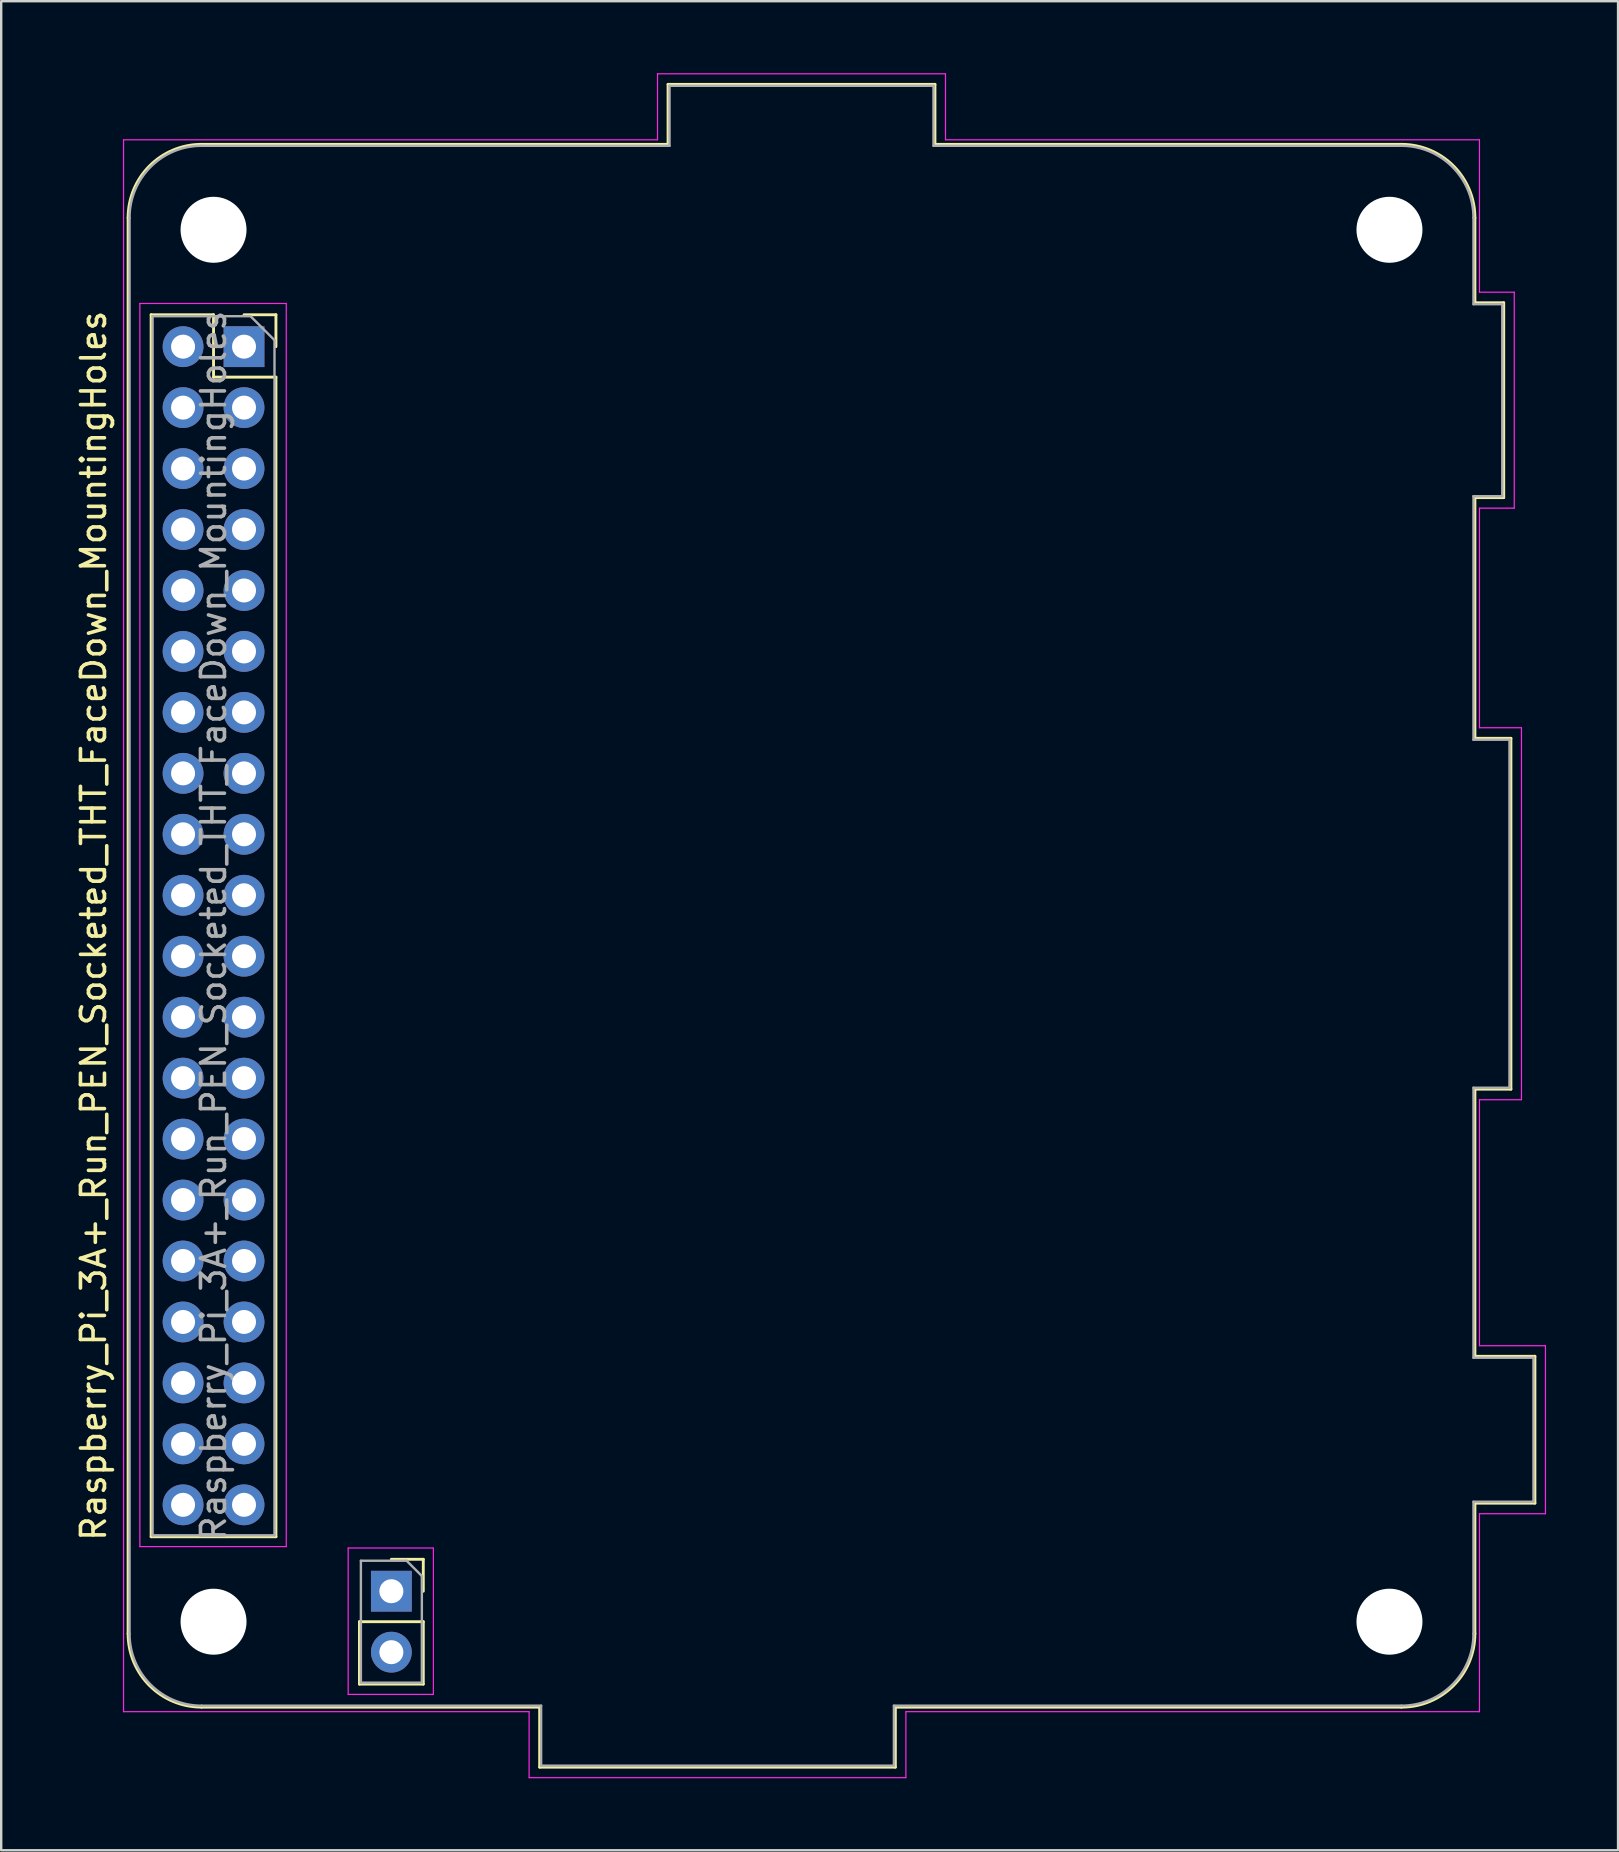
<source format=kicad_pcb>
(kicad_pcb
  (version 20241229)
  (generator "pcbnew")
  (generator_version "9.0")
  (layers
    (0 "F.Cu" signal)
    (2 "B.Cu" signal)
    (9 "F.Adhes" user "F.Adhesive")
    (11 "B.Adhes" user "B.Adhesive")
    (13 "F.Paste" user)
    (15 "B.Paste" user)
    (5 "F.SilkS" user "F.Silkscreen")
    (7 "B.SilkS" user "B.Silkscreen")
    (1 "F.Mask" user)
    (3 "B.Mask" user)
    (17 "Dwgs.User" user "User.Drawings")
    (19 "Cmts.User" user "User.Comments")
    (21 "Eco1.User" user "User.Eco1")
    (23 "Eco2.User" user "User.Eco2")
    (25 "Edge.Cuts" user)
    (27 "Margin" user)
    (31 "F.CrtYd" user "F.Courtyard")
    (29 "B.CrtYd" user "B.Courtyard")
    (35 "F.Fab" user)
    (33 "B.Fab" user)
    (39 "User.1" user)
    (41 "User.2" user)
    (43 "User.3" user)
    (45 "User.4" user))
  (footprint "Raspberry_Pi_3A+_Run_PEN_Socketed_THT_FaceDown_MountingHoles"
    (layer "F.Cu")
    (at 7.118 11.395)
    (property "Reference" "Raspberry_Pi_3A+_Run_PEN_Socketed_THT_FaceDown_MountingHoles" (at -6.27 24.13 90) (layer "F.SilkS") (effects (font (size 1 1) (thickness 0.15))))
    (attr through_hole)
    (fp_line (start -4.83 53.63) (end -4.83 -5.37) (stroke (width 0.12) (type solid)) (layer "F.SilkS"))
    (fp_line (start -3.87 -1.33) (end -3.87 49.59) (stroke (width 0.12) (type solid)) (layer "F.SilkS"))
    (fp_line (start -3.87 -1.33) (end -1.27 -1.33) (stroke (width 0.12) (type solid)) (layer "F.SilkS"))
    (fp_line (start -3.87 49.59) (end 1.33 49.59) (stroke (width 0.12) (type solid)) (layer "F.SilkS"))
    (fp_line (start -1.77 -8.43) (end 17.67 -8.43) (stroke (width 0.12) (type solid)) (layer "F.SilkS"))
    (fp_line (start -1.77 56.69) (end 12.32 56.69) (stroke (width 0.12) (type solid)) (layer "F.SilkS"))
    (fp_line (start -1.27 -1.33) (end -1.27 1.27) (stroke (width 0.12) (type solid)) (layer "F.SilkS"))
    (fp_line (start -1.27 1.27) (end 1.33 1.27) (stroke (width 0.12) (type solid)) (layer "F.SilkS"))
    (fp_line (start 0 -1.33) (end 1.33 -1.33) (stroke (width 0.12) (type solid)) (layer "F.SilkS"))
    (fp_line (start 1.33 -1.33) (end 1.33 0) (stroke (width 0.12) (type solid)) (layer "F.SilkS"))
    (fp_line (start 1.33 1.27) (end 1.33 49.59) (stroke (width 0.12) (type solid)) (layer "F.SilkS"))
    (fp_line (start 4.81 53.13) (end 4.81 55.73) (stroke (width 0.12) (type solid)) (layer "F.SilkS"))
    (fp_line (start 4.81 53.13) (end 7.47 53.13) (stroke (width 0.12) (type solid)) (layer "F.SilkS"))
    (fp_line (start 4.81 55.73) (end 7.47 55.73) (stroke (width 0.12) (type solid)) (layer "F.SilkS"))
    (fp_line (start 6.14 50.53) (end 7.47 50.53) (stroke (width 0.12) (type solid)) (layer "F.SilkS"))
    (fp_line (start 7.47 50.53) (end 7.47 51.86) (stroke (width 0.12) (type solid)) (layer "F.SilkS"))
    (fp_line (start 7.47 53.13) (end 7.47 55.73) (stroke (width 0.12) (type solid)) (layer "F.SilkS"))
    (fp_line (start 12.32 56.69) (end 12.32 59.19) (stroke (width 0.12) (type solid)) (layer "F.SilkS"))
    (fp_line (start 12.32 59.19) (end 27.14 59.19) (stroke (width 0.12) (type solid)) (layer "F.SilkS"))
    (fp_line (start 17.67 -10.93) (end 17.67 -8.43) (stroke (width 0.12) (type solid)) (layer "F.SilkS"))
    (fp_line (start 27.14 56.69) (end 48.23 56.69) (stroke (width 0.12) (type solid)) (layer "F.SilkS"))
    (fp_line (start 27.14 59.19) (end 27.14 56.69) (stroke (width 0.12) (type solid)) (layer "F.SilkS"))
    (fp_line (start 28.79 -10.93) (end 17.67 -10.93) (stroke (width 0.12) (type solid)) (layer "F.SilkS"))
    (fp_line (start 28.79 -8.43) (end 28.79 -10.93) (stroke (width 0.12) (type solid)) (layer "F.SilkS"))
    (fp_line (start 48.23 -8.43) (end 28.79 -8.43) (stroke (width 0.12) (type solid)) (layer "F.SilkS"))
    (fp_line (start 51.29 -5.37) (end 51.29 -1.83) (stroke (width 0.12) (type solid)) (layer "F.SilkS"))
    (fp_line (start 51.29 -1.83) (end 52.49 -1.83) (stroke (width 0.12) (type solid)) (layer "F.SilkS"))
    (fp_line (start 51.29 6.29) (end 51.29 16.32) (stroke (width 0.12) (type solid)) (layer "F.SilkS"))
    (fp_line (start 51.29 16.32) (end 52.79 16.32) (stroke (width 0.12) (type solid)) (layer "F.SilkS"))
    (fp_line (start 51.29 30.94) (end 51.29 42.07) (stroke (width 0.12) (type solid)) (layer "F.SilkS"))
    (fp_line (start 51.29 42.07) (end 53.79 42.07) (stroke (width 0.12) (type solid)) (layer "F.SilkS"))
    (fp_line (start 51.29 48.19) (end 51.29 53.63) (stroke (width 0.12) (type solid)) (layer "F.SilkS"))
    (fp_line (start 52.49 -1.83) (end 52.49 6.29) (stroke (width 0.12) (type solid)) (layer "F.SilkS"))
    (fp_line (start 52.49 6.29) (end 51.29 6.29) (stroke (width 0.12) (type solid)) (layer "F.SilkS"))
    (fp_line (start 52.79 16.32) (end 52.79 30.94) (stroke (width 0.12) (type solid)) (layer "F.SilkS"))
    (fp_line (start 52.79 30.94) (end 51.29 30.94) (stroke (width 0.12) (type solid)) (layer "F.SilkS"))
    (fp_line (start 53.79 42.07) (end 53.79 48.19) (stroke (width 0.12) (type solid)) (layer "F.SilkS"))
    (fp_line (start 53.79 48.19) (end 51.29 48.19) (stroke (width 0.12) (type solid)) (layer "F.SilkS"))
    (fp_arc (start -4.83 -5.37) (mid -3.933747 -7.533747) (end -1.77 -8.43) (stroke (width 0.12) (type solid)) (layer "F.SilkS"))
    (fp_arc (start -1.77 56.69) (mid -3.933747 55.793747) (end -4.83 53.63) (stroke (width 0.12) (type solid)) (layer "F.SilkS"))
    (fp_arc (start 48.23 -8.43) (mid 50.393747 -7.533747) (end 51.29 -5.37) (stroke (width 0.12) (type solid)) (layer "F.SilkS"))
    (fp_arc (start 51.29 53.63) (mid 50.393747 55.793747) (end 48.23 56.69) (stroke (width 0.12) (type solid)) (layer "F.SilkS"))
    (fp_line (start -5.02 -8.62) (end 17.23 -8.62) (stroke (width 0.05) (type solid)) (layer "F.CrtYd"))
    (fp_line (start -5.02 56.88) (end -5.02 -8.62) (stroke (width 0.05) (type solid)) (layer "F.CrtYd"))
    (fp_line (start -4.34 -1.8) (end 1.76 -1.8) (stroke (width 0.05) (type solid)) (layer "F.CrtYd"))
    (fp_line (start -4.34 50) (end -4.34 -1.8) (stroke (width 0.05) (type solid)) (layer "F.CrtYd"))
    (fp_line (start 1.76 -1.8) (end 1.76 50) (stroke (width 0.05) (type solid)) (layer "F.CrtYd"))
    (fp_line (start 1.76 50) (end -4.34 50) (stroke (width 0.05) (type solid)) (layer "F.CrtYd"))
    (fp_line (start 4.34 50.06) (end 7.89 50.06) (stroke (width 0.05) (type solid)) (layer "F.CrtYd"))
    (fp_line (start 4.34 56.16) (end 4.34 50.06) (stroke (width 0.05) (type solid)) (layer "F.CrtYd"))
    (fp_line (start 7.89 50.06) (end 7.89 56.16) (stroke (width 0.05) (type solid)) (layer "F.CrtYd"))
    (fp_line (start 7.89 56.16) (end 4.34 56.16) (stroke (width 0.05) (type solid)) (layer "F.CrtYd"))
    (fp_line (start 11.88 56.88) (end -5.02 56.88) (stroke (width 0.05) (type solid)) (layer "F.CrtYd"))
    (fp_line (start 11.88 59.63) (end 11.88 56.88) (stroke (width 0.05) (type solid)) (layer "F.CrtYd"))
    (fp_line (start 17.23 -11.37) (end 29.23 -11.37) (stroke (width 0.05) (type solid)) (layer "F.CrtYd"))
    (fp_line (start 17.23 -8.62) (end 17.23 -11.37) (stroke (width 0.05) (type solid)) (layer "F.CrtYd"))
    (fp_line (start 27.58 56.88) (end 27.58 59.63) (stroke (width 0.05) (type solid)) (layer "F.CrtYd"))
    (fp_line (start 27.58 59.63) (end 11.88 59.63) (stroke (width 0.05) (type solid)) (layer "F.CrtYd"))
    (fp_line (start 29.23 -11.37) (end 29.23 -8.62) (stroke (width 0.05) (type solid)) (layer "F.CrtYd"))
    (fp_line (start 29.23 -8.62) (end 51.48 -8.62) (stroke (width 0.05) (type solid)) (layer "F.CrtYd"))
    (fp_line (start 51.48 -8.62) (end 51.48 -2.27) (stroke (width 0.05) (type solid)) (layer "F.CrtYd"))
    (fp_line (start 51.48 -2.27) (end 52.93 -2.27) (stroke (width 0.05) (type solid)) (layer "F.CrtYd"))
    (fp_line (start 51.48 6.73) (end 51.48 15.88) (stroke (width 0.05) (type solid)) (layer "F.CrtYd"))
    (fp_line (start 51.48 15.88) (end 53.23 15.88) (stroke (width 0.05) (type solid)) (layer "F.CrtYd"))
    (fp_line (start 51.48 31.38) (end 51.48 41.63) (stroke (width 0.05) (type solid)) (layer "F.CrtYd"))
    (fp_line (start 51.48 41.63) (end 54.23 41.63) (stroke (width 0.05) (type solid)) (layer "F.CrtYd"))
    (fp_line (start 51.48 48.63) (end 51.48 56.88) (stroke (width 0.05) (type solid)) (layer "F.CrtYd"))
    (fp_line (start 51.48 56.88) (end 27.58 56.88) (stroke (width 0.05) (type solid)) (layer "F.CrtYd"))
    (fp_line (start 52.93 -2.27) (end 52.93 6.73) (stroke (width 0.05) (type solid)) (layer "F.CrtYd"))
    (fp_line (start 52.93 6.73) (end 51.48 6.73) (stroke (width 0.05) (type solid)) (layer "F.CrtYd"))
    (fp_line (start 53.23 15.88) (end 53.23 31.38) (stroke (width 0.05) (type solid)) (layer "F.CrtYd"))
    (fp_line (start 53.23 31.38) (end 51.48 31.38) (stroke (width 0.05) (type solid)) (layer "F.CrtYd"))
    (fp_line (start 54.23 41.63) (end 54.23 48.63) (stroke (width 0.05) (type solid)) (layer "F.CrtYd"))
    (fp_line (start 54.23 48.63) (end 51.48 48.63) (stroke (width 0.05) (type solid)) (layer "F.CrtYd"))
    (fp_line (start -4.77 53.63) (end -4.77 -5.37) (stroke (width 0.1) (type solid)) (layer "F.Fab"))
    (fp_line (start -3.81 -1.27) (end 0.27 -1.27) (stroke (width 0.1) (type solid)) (layer "F.Fab"))
    (fp_line (start -3.81 49.53) (end -3.81 -1.27) (stroke (width 0.1) (type solid)) (layer "F.Fab"))
    (fp_line (start -1.77 -8.37) (end 17.73 -8.37) (stroke (width 0.1) (type solid)) (layer "F.Fab"))
    (fp_line (start 0.27 -1.27) (end 1.27 -0.27) (stroke (width 0.1) (type solid)) (layer "F.Fab"))
    (fp_line (start 1.27 -0.27) (end 1.27 49.53) (stroke (width 0.1) (type solid)) (layer "F.Fab"))
    (fp_line (start 1.27 49.53) (end -3.81 49.53) (stroke (width 0.1) (type solid)) (layer "F.Fab"))
    (fp_line (start 4.87 50.59) (end 6.775 50.59) (stroke (width 0.1) (type solid)) (layer "F.Fab"))
    (fp_line (start 4.87 55.67) (end 4.87 50.59) (stroke (width 0.1) (type solid)) (layer "F.Fab"))
    (fp_line (start 6.775 50.59) (end 7.41 51.225) (stroke (width 0.1) (type solid)) (layer "F.Fab"))
    (fp_line (start 7.41 51.225) (end 7.41 55.67) (stroke (width 0.1) (type solid)) (layer "F.Fab"))
    (fp_line (start 7.41 55.67) (end 4.87 55.67) (stroke (width 0.1) (type solid)) (layer "F.Fab"))
    (fp_line (start 12.38 56.63) (end -1.77 56.63) (stroke (width 0.1) (type solid)) (layer "F.Fab"))
    (fp_line (start 12.38 59.13) (end 12.38 56.63) (stroke (width 0.1) (type solid)) (layer "F.Fab"))
    (fp_line (start 17.73 -10.87) (end 17.73 -8.37) (stroke (width 0.1) (type solid)) (layer "F.Fab"))
    (fp_line (start 27.08 56.63) (end 27.08 59.13) (stroke (width 0.1) (type solid)) (layer "F.Fab"))
    (fp_line (start 27.08 59.13) (end 12.38 59.13) (stroke (width 0.1) (type solid)) (layer "F.Fab"))
    (fp_line (start 28.73 -10.87) (end 17.73 -10.87) (stroke (width 0.1) (type solid)) (layer "F.Fab"))
    (fp_line (start 28.73 -8.37) (end 28.73 -10.87) (stroke (width 0.1) (type solid)) (layer "F.Fab"))
    (fp_line (start 48.23 -8.37) (end 28.73 -8.37) (stroke (width 0.1) (type solid)) (layer "F.Fab"))
    (fp_line (start 48.23 56.63) (end 27.08 56.63) (stroke (width 0.1) (type solid)) (layer "F.Fab"))
    (fp_line (start 51.23 -5.37) (end 51.23 -1.77) (stroke (width 0.1) (type solid)) (layer "F.Fab"))
    (fp_line (start 51.23 -1.77) (end 52.43 -1.77) (stroke (width 0.1) (type solid)) (layer "F.Fab"))
    (fp_line (start 51.23 6.23) (end 51.23 16.38) (stroke (width 0.1) (type solid)) (layer "F.Fab"))
    (fp_line (start 51.23 16.38) (end 52.73 16.38) (stroke (width 0.1) (type solid)) (layer "F.Fab"))
    (fp_line (start 51.23 30.88) (end 51.23 42.13) (stroke (width 0.1) (type solid)) (layer "F.Fab"))
    (fp_line (start 51.23 42.13) (end 53.73 42.13) (stroke (width 0.1) (type solid)) (layer "F.Fab"))
    (fp_line (start 51.23 48.13) (end 51.23 53.63) (stroke (width 0.1) (type solid)) (layer "F.Fab"))
    (fp_line (start 52.43 -1.77) (end 52.43 6.23) (stroke (width 0.1) (type solid)) (layer "F.Fab"))
    (fp_line (start 52.43 6.23) (end 51.23 6.23) (stroke (width 0.1) (type solid)) (layer "F.Fab"))
    (fp_line (start 52.73 16.38) (end 52.73 30.88) (stroke (width 0.1) (type solid)) (layer "F.Fab"))
    (fp_line (start 52.73 30.88) (end 51.23 30.88) (stroke (width 0.1) (type solid)) (layer "F.Fab"))
    (fp_line (start 53.73 42.13) (end 53.73 48.13) (stroke (width 0.1) (type solid)) (layer "F.Fab"))
    (fp_line (start 53.73 48.13) (end 51.23 48.13) (stroke (width 0.1) (type solid)) (layer "F.Fab"))
    (fp_arc (start -4.77 -5.37) (mid -3.89132 -7.49132) (end -1.77 -8.37) (stroke (width 0.1) (type solid)) (layer "F.Fab"))
    (fp_arc (start -1.77 56.63) (mid -3.89132 55.75132) (end -4.77 53.63) (stroke (width 0.1) (type solid)) (layer "F.Fab"))
    (fp_arc (start 48.23 -8.37) (mid 50.35132 -7.49132) (end 51.23 -5.37) (stroke (width 0.1) (type solid)) (layer "F.Fab"))
    (fp_arc (start 51.23 53.63) (mid 50.35132 55.75132) (end 48.23 56.63) (stroke (width 0.1) (type solid)) (layer "F.Fab"))
    (fp_text user "${REFERENCE}" (at -1.27 24.13 90) (layer "F.Fab") (effects (font (size 1 1) (thickness 0.15))))
    (pad "" np_thru_hole circle (at -1.27 -4.87 90) (size 2.75 2.75) (drill 2.75) (layers "*.Cu" "*.Mask"))
    (pad "" np_thru_hole circle (at -1.27 53.13 90) (size 2.75 2.75) (drill 2.75) (layers "*.Cu" "*.Mask"))
    (pad "" np_thru_hole circle (at 47.73 -4.87 90) (size 2.75 2.75) (drill 2.75) (layers "*.Cu" "*.Mask"))
    (pad "" np_thru_hole circle (at 47.73 53.13 90) (size 2.75 2.75) (drill 2.75) (layers "*.Cu" "*.Mask"))
    (pad "1" thru_hole rect (at 0 0) (size 1.7 1.7) (drill 1) (layers "*.Cu" "*.Mask"))
    (pad "1" thru_hole rect (at 6.14 51.86) (size 1.7 1.7) (drill 1) (layers "*.Cu" "*.Mask"))
    (pad "2" thru_hole oval (at -2.54 0) (size 1.7 1.7) (drill 1) (layers "*.Cu" "*.Mask"))
    (pad "2" thru_hole oval (at 6.14 54.4) (size 1.7 1.7) (drill 1) (layers "*.Cu" "*.Mask"))
    (pad "3" thru_hole oval (at 0 2.54) (size 1.7 1.7) (drill 1) (layers "*.Cu" "*.Mask"))
    (pad "4" thru_hole oval (at -2.54 2.54) (size 1.7 1.7) (drill 1) (layers "*.Cu" "*.Mask"))
    (pad "5" thru_hole oval (at 0 5.08) (size 1.7 1.7) (drill 1) (layers "*.Cu" "*.Mask"))
    (pad "6" thru_hole oval (at -2.54 5.08) (size 1.7 1.7) (drill 1) (layers "*.Cu" "*.Mask"))
    (pad "7" thru_hole oval (at 0 7.62) (size 1.7 1.7) (drill 1) (layers "*.Cu" "*.Mask"))
    (pad "8" thru_hole oval (at -2.54 7.62) (size 1.7 1.7) (drill 1) (layers "*.Cu" "*.Mask"))
    (pad "9" thru_hole oval (at 0 10.16) (size 1.7 1.7) (drill 1) (layers "*.Cu" "*.Mask"))
    (pad "10" thru_hole oval (at -2.54 10.16) (size 1.7 1.7) (drill 1) (layers "*.Cu" "*.Mask"))
    (pad "11" thru_hole oval (at 0 12.7) (size 1.7 1.7) (drill 1) (layers "*.Cu" "*.Mask"))
    (pad "12" thru_hole oval (at -2.54 12.7) (size 1.7 1.7) (drill 1) (layers "*.Cu" "*.Mask"))
    (pad "13" thru_hole oval (at 0 15.24) (size 1.7 1.7) (drill 1) (layers "*.Cu" "*.Mask"))
    (pad "14" thru_hole oval (at -2.54 15.24) (size 1.7 1.7) (drill 1) (layers "*.Cu" "*.Mask"))
    (pad "15" thru_hole oval (at 0 17.78) (size 1.7 1.7) (drill 1) (layers "*.Cu" "*.Mask"))
    (pad "16" thru_hole oval (at -2.54 17.78) (size 1.7 1.7) (drill 1) (layers "*.Cu" "*.Mask"))
    (pad "17" thru_hole oval (at 0 20.32) (size 1.7 1.7) (drill 1) (layers "*.Cu" "*.Mask"))
    (pad "18" thru_hole oval (at -2.54 20.32) (size 1.7 1.7) (drill 1) (layers "*.Cu" "*.Mask"))
    (pad "19" thru_hole oval (at 0 22.86) (size 1.7 1.7) (drill 1) (layers "*.Cu" "*.Mask"))
    (pad "20" thru_hole oval (at -2.54 22.86) (size 1.7 1.7) (drill 1) (layers "*.Cu" "*.Mask"))
    (pad "21" thru_hole oval (at 0 25.4) (size 1.7 1.7) (drill 1) (layers "*.Cu" "*.Mask"))
    (pad "22" thru_hole oval (at -2.54 25.4) (size 1.7 1.7) (drill 1) (layers "*.Cu" "*.Mask"))
    (pad "23" thru_hole oval (at 0 27.94) (size 1.7 1.7) (drill 1) (layers "*.Cu" "*.Mask"))
    (pad "24" thru_hole oval (at -2.54 27.94) (size 1.7 1.7) (drill 1) (layers "*.Cu" "*.Mask"))
    (pad "25" thru_hole oval (at 0 30.48) (size 1.7 1.7) (drill 1) (layers "*.Cu" "*.Mask"))
    (pad "26" thru_hole oval (at -2.54 30.48) (size 1.7 1.7) (drill 1) (layers "*.Cu" "*.Mask"))
    (pad "27" thru_hole oval (at 0 33.02) (size 1.7 1.7) (drill 1) (layers "*.Cu" "*.Mask"))
    (pad "28" thru_hole oval (at -2.54 33.02) (size 1.7 1.7) (drill 1) (layers "*.Cu" "*.Mask"))
    (pad "29" thru_hole oval (at 0 35.56) (size 1.7 1.7) (drill 1) (layers "*.Cu" "*.Mask"))
    (pad "30" thru_hole oval (at -2.54 35.56) (size 1.7 1.7) (drill 1) (layers "*.Cu" "*.Mask"))
    (pad "31" thru_hole oval (at 0 38.1) (size 1.7 1.7) (drill 1) (layers "*.Cu" "*.Mask"))
    (pad "32" thru_hole oval (at -2.54 38.1) (size 1.7 1.7) (drill 1) (layers "*.Cu" "*.Mask"))
    (pad "33" thru_hole oval (at 0 40.64) (size 1.7 1.7) (drill 1) (layers "*.Cu" "*.Mask"))
    (pad "34" thru_hole oval (at -2.54 40.64) (size 1.7 1.7) (drill 1) (layers "*.Cu" "*.Mask"))
    (pad "35" thru_hole oval (at 0 43.18) (size 1.7 1.7) (drill 1) (layers "*.Cu" "*.Mask"))
    (pad "36" thru_hole oval (at -2.54 43.18) (size 1.7 1.7) (drill 1) (layers "*.Cu" "*.Mask"))
    (pad "37" thru_hole oval (at 0 45.72) (size 1.7 1.7) (drill 1) (layers "*.Cu" "*.Mask"))
    (pad "38" thru_hole oval (at -2.54 45.72) (size 1.7 1.7) (drill 1) (layers "*.Cu" "*.Mask"))
    (pad "39" thru_hole oval (at 0 48.26) (size 1.7 1.7) (drill 1) (layers "*.Cu" "*.Mask"))
    (pad "40" thru_hole oval (at -2.54 48.26) (size 1.7 1.7) (drill 1) (layers "*.Cu" "*.Mask")))
  (gr_rect
    (start -3 -3)
    (end 64.373 74.05)
    (stroke (width 0.1) (type default))
    (fill no)
    (layer "Edge.Cuts")))
</source>
